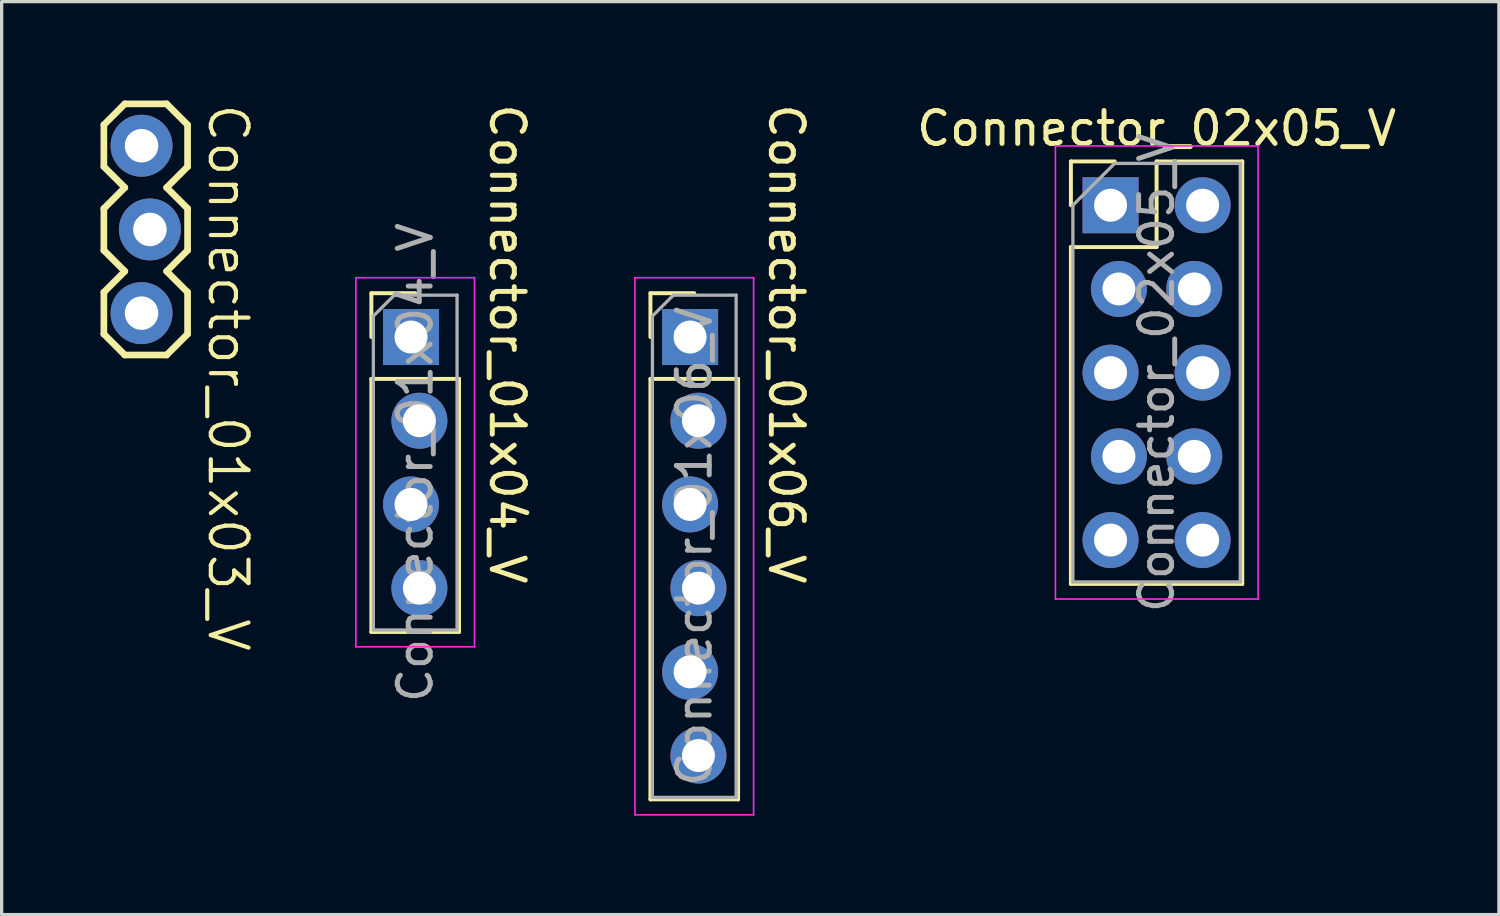
<source format=kicad_pcb>
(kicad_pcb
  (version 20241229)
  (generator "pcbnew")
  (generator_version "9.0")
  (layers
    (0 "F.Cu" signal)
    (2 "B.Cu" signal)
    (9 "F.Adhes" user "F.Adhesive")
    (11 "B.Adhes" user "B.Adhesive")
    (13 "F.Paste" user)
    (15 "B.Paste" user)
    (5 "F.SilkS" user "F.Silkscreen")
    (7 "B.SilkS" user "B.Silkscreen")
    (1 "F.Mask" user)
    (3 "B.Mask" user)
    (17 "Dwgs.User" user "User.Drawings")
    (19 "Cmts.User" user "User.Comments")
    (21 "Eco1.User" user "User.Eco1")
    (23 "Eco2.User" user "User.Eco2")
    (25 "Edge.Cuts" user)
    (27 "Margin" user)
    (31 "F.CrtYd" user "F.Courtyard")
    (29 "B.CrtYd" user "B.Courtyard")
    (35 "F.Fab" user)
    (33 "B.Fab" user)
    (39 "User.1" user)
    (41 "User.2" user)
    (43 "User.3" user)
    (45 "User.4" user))
  (footprint "Connector_01x03_V"
    (layer "F.Cu")
    (at 1.245 1.499)
    (property "Reference" "Connector_01x03_V" (at 1.956 -1.473 270) (unlocked yes) (layer "F.SilkS") (effects (font (size 1.143 1.143) (thickness 0.127)) (justify left bottom)))
    (fp_line (start -1.143 0.508) (end -1.143 -0.762) (stroke (width 0.203) (type solid)) (layer "F.SilkS"))
    (fp_line (start -1.143 1.778) (end -0.508 1.143) (stroke (width 0.203) (type solid)) (layer "F.SilkS"))
    (fp_line (start -1.143 3.048) (end -1.143 1.778) (stroke (width 0.203) (type solid)) (layer "F.SilkS"))
    (fp_line (start -1.143 4.318) (end -0.508 3.683) (stroke (width 0.203) (type solid)) (layer "F.SilkS"))
    (fp_line (start -1.143 5.588) (end -1.143 4.318) (stroke (width 0.203) (type solid)) (layer "F.SilkS"))
    (fp_line (start -0.508 -1.397) (end -1.143 -0.762) (stroke (width 0.203) (type solid)) (layer "F.SilkS"))
    (fp_line (start -0.508 1.143) (end -1.143 0.508) (stroke (width 0.203) (type solid)) (layer "F.SilkS"))
    (fp_line (start -0.508 3.683) (end -1.143 3.048) (stroke (width 0.203) (type solid)) (layer "F.SilkS"))
    (fp_line (start -0.508 6.223) (end -1.143 5.588) (stroke (width 0.203) (type solid)) (layer "F.SilkS"))
    (fp_line (start 0.762 -1.397) (end -0.508 -1.397) (stroke (width 0.203) (type solid)) (layer "F.SilkS"))
    (fp_line (start 0.762 1.143) (end 1.397 1.778) (stroke (width 0.203) (type solid)) (layer "F.SilkS"))
    (fp_line (start 0.762 3.683) (end 1.397 4.318) (stroke (width 0.203) (type solid)) (layer "F.SilkS"))
    (fp_line (start 0.762 6.223) (end -0.508 6.223) (stroke (width 0.203) (type solid)) (layer "F.SilkS"))
    (fp_line (start 1.397 -0.762) (end 0.762 -1.397) (stroke (width 0.203) (type solid)) (layer "F.SilkS"))
    (fp_line (start 1.397 -0.762) (end 1.397 0.508) (stroke (width 0.203) (type solid)) (layer "F.SilkS"))
    (fp_line (start 1.397 0.508) (end 0.762 1.143) (stroke (width 0.203) (type solid)) (layer "F.SilkS"))
    (fp_line (start 1.397 1.778) (end 1.397 3.048) (stroke (width 0.203) (type solid)) (layer "F.SilkS"))
    (fp_line (start 1.397 3.048) (end 0.762 3.683) (stroke (width 0.203) (type solid)) (layer "F.SilkS"))
    (fp_line (start 1.397 4.318) (end 1.397 5.588) (stroke (width 0.203) (type solid)) (layer "F.SilkS"))
    (fp_line (start 1.397 5.588) (end 0.762 6.223) (stroke (width 0.203) (type solid)) (layer "F.SilkS"))
    (fp_rect (start -0.127 -0.381) (end 0.381 0.127) (stroke (width 0.1) (type default)) (fill no) (layer "F.Fab"))
    (fp_rect (start -0.127 2.159) (end 0.381 2.667) (stroke (width 0.1) (type default)) (fill no) (layer "F.Fab"))
    (fp_rect (start -0.127 4.699) (end 0.381 5.207) (stroke (width 0.1) (type default)) (fill no) (layer "F.Fab"))
    (pad "1" thru_hole circle (at 0 -0.127) (size 1.88 1.88) (drill 1.016) (layers "*.Cu" "*.Mask"))
    (pad "2" thru_hole circle (at 0.254 2.413) (size 1.88 1.88) (drill 1.016) (layers "*.Cu" "*.Mask"))
    (pad "3" thru_hole circle (at 0 4.953) (size 1.88 1.88) (drill 1.016) (layers "*.Cu" "*.Mask")))
  (footprint "Connector_01x04_V"
    (layer "F.Cu")
    (at 9.549 7.177)
    (property "Reference" "Connector_01x04_V" (at 2.794 0.21 270) (unlocked yes) (layer "F.SilkS") (effects (font (size 1 1) (thickness 0.15))))
    (attr through_hole)
    (fp_line (start -1.33 -1.33) (end 0 -1.33) (stroke (width 0.12) (type solid)) (layer "F.SilkS"))
    (fp_line (start -1.33 0) (end -1.33 -1.33) (stroke (width 0.12) (type solid)) (layer "F.SilkS"))
    (fp_line (start -1.33 1.27) (end -1.33 8.95) (stroke (width 0.12) (type solid)) (layer "F.SilkS"))
    (fp_line (start -1.33 1.27) (end 1.33 1.27) (stroke (width 0.12) (type solid)) (layer "F.SilkS"))
    (fp_line (start -1.33 8.95) (end 1.33 8.95) (stroke (width 0.12) (type solid)) (layer "F.SilkS"))
    (fp_line (start 1.33 1.27) (end 1.33 8.95) (stroke (width 0.12) (type solid)) (layer "F.SilkS"))
    (fp_line (start -1.8 -1.8) (end -1.8 9.4) (stroke (width 0.05) (type solid)) (layer "F.CrtYd"))
    (fp_line (start -1.8 9.4) (end 1.8 9.4) (stroke (width 0.05) (type solid)) (layer "F.CrtYd"))
    (fp_line (start 1.8 -1.8) (end -1.8 -1.8) (stroke (width 0.05) (type solid)) (layer "F.CrtYd"))
    (fp_line (start 1.8 9.4) (end 1.8 -1.8) (stroke (width 0.05) (type solid)) (layer "F.CrtYd"))
    (fp_line (start -1.27 -0.635) (end -0.635 -1.27) (stroke (width 0.1) (type solid)) (layer "F.Fab"))
    (fp_line (start -1.27 8.89) (end -1.27 -0.635) (stroke (width 0.1) (type solid)) (layer "F.Fab"))
    (fp_line (start -0.635 -1.27) (end 1.27 -1.27) (stroke (width 0.1) (type solid)) (layer "F.Fab"))
    (fp_line (start 1.27 -1.27) (end 1.27 8.89) (stroke (width 0.1) (type solid)) (layer "F.Fab"))
    (fp_line (start 1.27 8.89) (end -1.27 8.89) (stroke (width 0.1) (type solid)) (layer "F.Fab"))
    (fp_text user "${REFERENCE}" (at 0 3.81 90) (layer "F.Fab") (effects (font (size 1 1) (thickness 0.15))))
    (pad "1" thru_hole rect (at -0.127 0) (size 1.7 1.7) (drill 1) (layers "*.Cu" "*.Mask"))
    (pad "2" thru_hole oval (at 0.127 2.54) (size 1.7 1.7) (drill 1) (layers "*.Cu" "*.Mask"))
    (pad "3" thru_hole oval (at -0.127 5.08) (size 1.7 1.7) (drill 1) (layers "*.Cu" "*.Mask"))
    (pad "4" thru_hole oval (at 0.127 7.62) (size 1.7 1.7) (drill 1) (layers "*.Cu" "*.Mask")))
  (footprint "Connector_01x06_V"
    (layer "F.Cu")
    (at 18.017 7.177)
    (property "Reference" "Connector_01x06_V" (at 2.794 0.21 270) (unlocked yes) (layer "F.SilkS") (effects (font (size 1 1) (thickness 0.15))))
    (attr through_hole)
    (fp_line (start -1.33 -1.33) (end 0 -1.33) (stroke (width 0.12) (type solid)) (layer "F.SilkS"))
    (fp_line (start -1.33 0) (end -1.33 -1.33) (stroke (width 0.12) (type solid)) (layer "F.SilkS"))
    (fp_line (start -1.33 1.27) (end -1.33 14.03) (stroke (width 0.12) (type solid)) (layer "F.SilkS"))
    (fp_line (start -1.33 1.27) (end 1.33 1.27) (stroke (width 0.12) (type solid)) (layer "F.SilkS"))
    (fp_line (start -1.33 14.03) (end 1.33 14.03) (stroke (width 0.12) (type solid)) (layer "F.SilkS"))
    (fp_line (start 1.33 1.27) (end 1.33 14.03) (stroke (width 0.12) (type solid)) (layer "F.SilkS"))
    (fp_line (start -1.8 -1.8) (end -1.8 14.5) (stroke (width 0.05) (type solid)) (layer "F.CrtYd"))
    (fp_line (start -1.8 14.5) (end 1.8 14.5) (stroke (width 0.05) (type solid)) (layer "F.CrtYd"))
    (fp_line (start 1.8 -1.8) (end -1.8 -1.8) (stroke (width 0.05) (type solid)) (layer "F.CrtYd"))
    (fp_line (start 1.8 14.5) (end 1.8 -1.8) (stroke (width 0.05) (type solid)) (layer "F.CrtYd"))
    (fp_line (start -1.27 -0.635) (end -0.635 -1.27) (stroke (width 0.1) (type solid)) (layer "F.Fab"))
    (fp_line (start -1.27 13.97) (end -1.27 -0.635) (stroke (width 0.1) (type solid)) (layer "F.Fab"))
    (fp_line (start -0.635 -1.27) (end 1.27 -1.27) (stroke (width 0.1) (type solid)) (layer "F.Fab"))
    (fp_line (start 1.27 -1.27) (end 1.27 13.97) (stroke (width 0.1) (type solid)) (layer "F.Fab"))
    (fp_line (start 1.27 13.97) (end -1.27 13.97) (stroke (width 0.1) (type solid)) (layer "F.Fab"))
    (fp_text user "${REFERENCE}" (at 0 6.35 90) (layer "F.Fab") (effects (font (size 1 1) (thickness 0.15))))
    (pad "1" thru_hole rect (at -0.127 0) (size 1.7 1.7) (drill 1) (layers "*.Cu" "*.Mask"))
    (pad "2" thru_hole oval (at 0.127 2.54) (size 1.7 1.7) (drill 1) (layers "*.Cu" "*.Mask"))
    (pad "3" thru_hole oval (at -0.127 5.08) (size 1.7 1.7) (drill 1) (layers "*.Cu" "*.Mask"))
    (pad "4" thru_hole oval (at 0.127 7.62) (size 1.7 1.7) (drill 1) (layers "*.Cu" "*.Mask"))
    (pad "5" thru_hole oval (at -0.127 10.16) (size 1.7 1.7) (drill 1) (layers "*.Cu" "*.Mask"))
    (pad "6" thru_hole oval (at 0.127 12.7) (size 1.7 1.7) (drill 1) (layers "*.Cu" "*.Mask")))
  (footprint "Connector_02x05_V"
    (layer "F.Cu")
    (at 30.776 3.178)
    (property "Reference" "Connector_02x05_V" (at 1.27 -2.33 0) (layer "F.SilkS") (effects (font (size 1 1) (thickness 0.15))))
    (attr through_hole)
    (fp_line (start -1.33 -1.33) (end 0 -1.33) (stroke (width 0.12) (type solid)) (layer "F.SilkS"))
    (fp_line (start -1.33 0) (end -1.33 -1.33) (stroke (width 0.12) (type solid)) (layer "F.SilkS"))
    (fp_line (start -1.33 1.27) (end -1.33 11.49) (stroke (width 0.12) (type solid)) (layer "F.SilkS"))
    (fp_line (start -1.33 1.27) (end 1.27 1.27) (stroke (width 0.12) (type solid)) (layer "F.SilkS"))
    (fp_line (start -1.33 11.49) (end 3.87 11.49) (stroke (width 0.12) (type solid)) (layer "F.SilkS"))
    (fp_line (start 1.27 -1.33) (end 3.87 -1.33) (stroke (width 0.12) (type solid)) (layer "F.SilkS"))
    (fp_line (start 1.27 1.27) (end 1.27 -1.33) (stroke (width 0.12) (type solid)) (layer "F.SilkS"))
    (fp_line (start 3.87 -1.33) (end 3.87 11.49) (stroke (width 0.12) (type solid)) (layer "F.SilkS"))
    (fp_line (start -1.8 -1.8) (end -1.8 11.95) (stroke (width 0.05) (type solid)) (layer "F.CrtYd"))
    (fp_line (start -1.8 11.95) (end 4.35 11.95) (stroke (width 0.05) (type solid)) (layer "F.CrtYd"))
    (fp_line (start 4.35 -1.8) (end -1.8 -1.8) (stroke (width 0.05) (type solid)) (layer "F.CrtYd"))
    (fp_line (start 4.35 11.95) (end 4.35 -1.8) (stroke (width 0.05) (type solid)) (layer "F.CrtYd"))
    (fp_line (start -1.27 0) (end 0 -1.27) (stroke (width 0.1) (type solid)) (layer "F.Fab"))
    (fp_line (start -1.27 11.43) (end -1.27 0) (stroke (width 0.1) (type solid)) (layer "F.Fab"))
    (fp_line (start 0 -1.27) (end 3.81 -1.27) (stroke (width 0.1) (type solid)) (layer "F.Fab"))
    (fp_line (start 3.81 -1.27) (end 3.81 11.43) (stroke (width 0.1) (type solid)) (layer "F.Fab"))
    (fp_line (start 3.81 11.43) (end -1.27 11.43) (stroke (width 0.1) (type solid)) (layer "F.Fab"))
    (fp_text user "${REFERENCE}" (at 1.27 5.08 90) (layer "F.Fab") (effects (font (size 1 1) (thickness 0.15))))
    (pad "1" thru_hole rect (at -0.127 0) (size 1.7 1.7) (drill 1) (layers "*.Cu" "*.Mask"))
    (pad "2" thru_hole oval (at 2.667 0) (size 1.7 1.7) (drill 1) (layers "*.Cu" "*.Mask"))
    (pad "3" thru_hole oval (at 0.127 2.54) (size 1.7 1.7) (drill 1) (layers "*.Cu" "*.Mask"))
    (pad "4" thru_hole oval (at 2.413 2.54) (size 1.7 1.7) (drill 1) (layers "*.Cu" "*.Mask"))
    (pad "5" thru_hole oval (at -0.127 5.08) (size 1.7 1.7) (drill 1) (layers "*.Cu" "*.Mask"))
    (pad "6" thru_hole oval (at 2.667 5.08) (size 1.7 1.7) (drill 1) (layers "*.Cu" "*.Mask"))
    (pad "7" thru_hole oval (at 0.127 7.62) (size 1.7 1.7) (drill 1) (layers "*.Cu" "*.Mask"))
    (pad "8" thru_hole oval (at 2.413 7.62) (size 1.7 1.7) (drill 1) (layers "*.Cu" "*.Mask"))
    (pad "9" thru_hole oval (at -0.127 10.16) (size 1.7 1.7) (drill 1) (layers "*.Cu" "*.Mask"))
    (pad "10" thru_hole oval (at 2.667 10.16) (size 1.7 1.7) (drill 1) (layers "*.Cu" "*.Mask")))
  (gr_rect
    (start -3 -3)
    (end 42.433 24.702)
    (stroke (width 0.1) (type default))
    (fill no)
    (layer "Edge.Cuts")))
</source>
